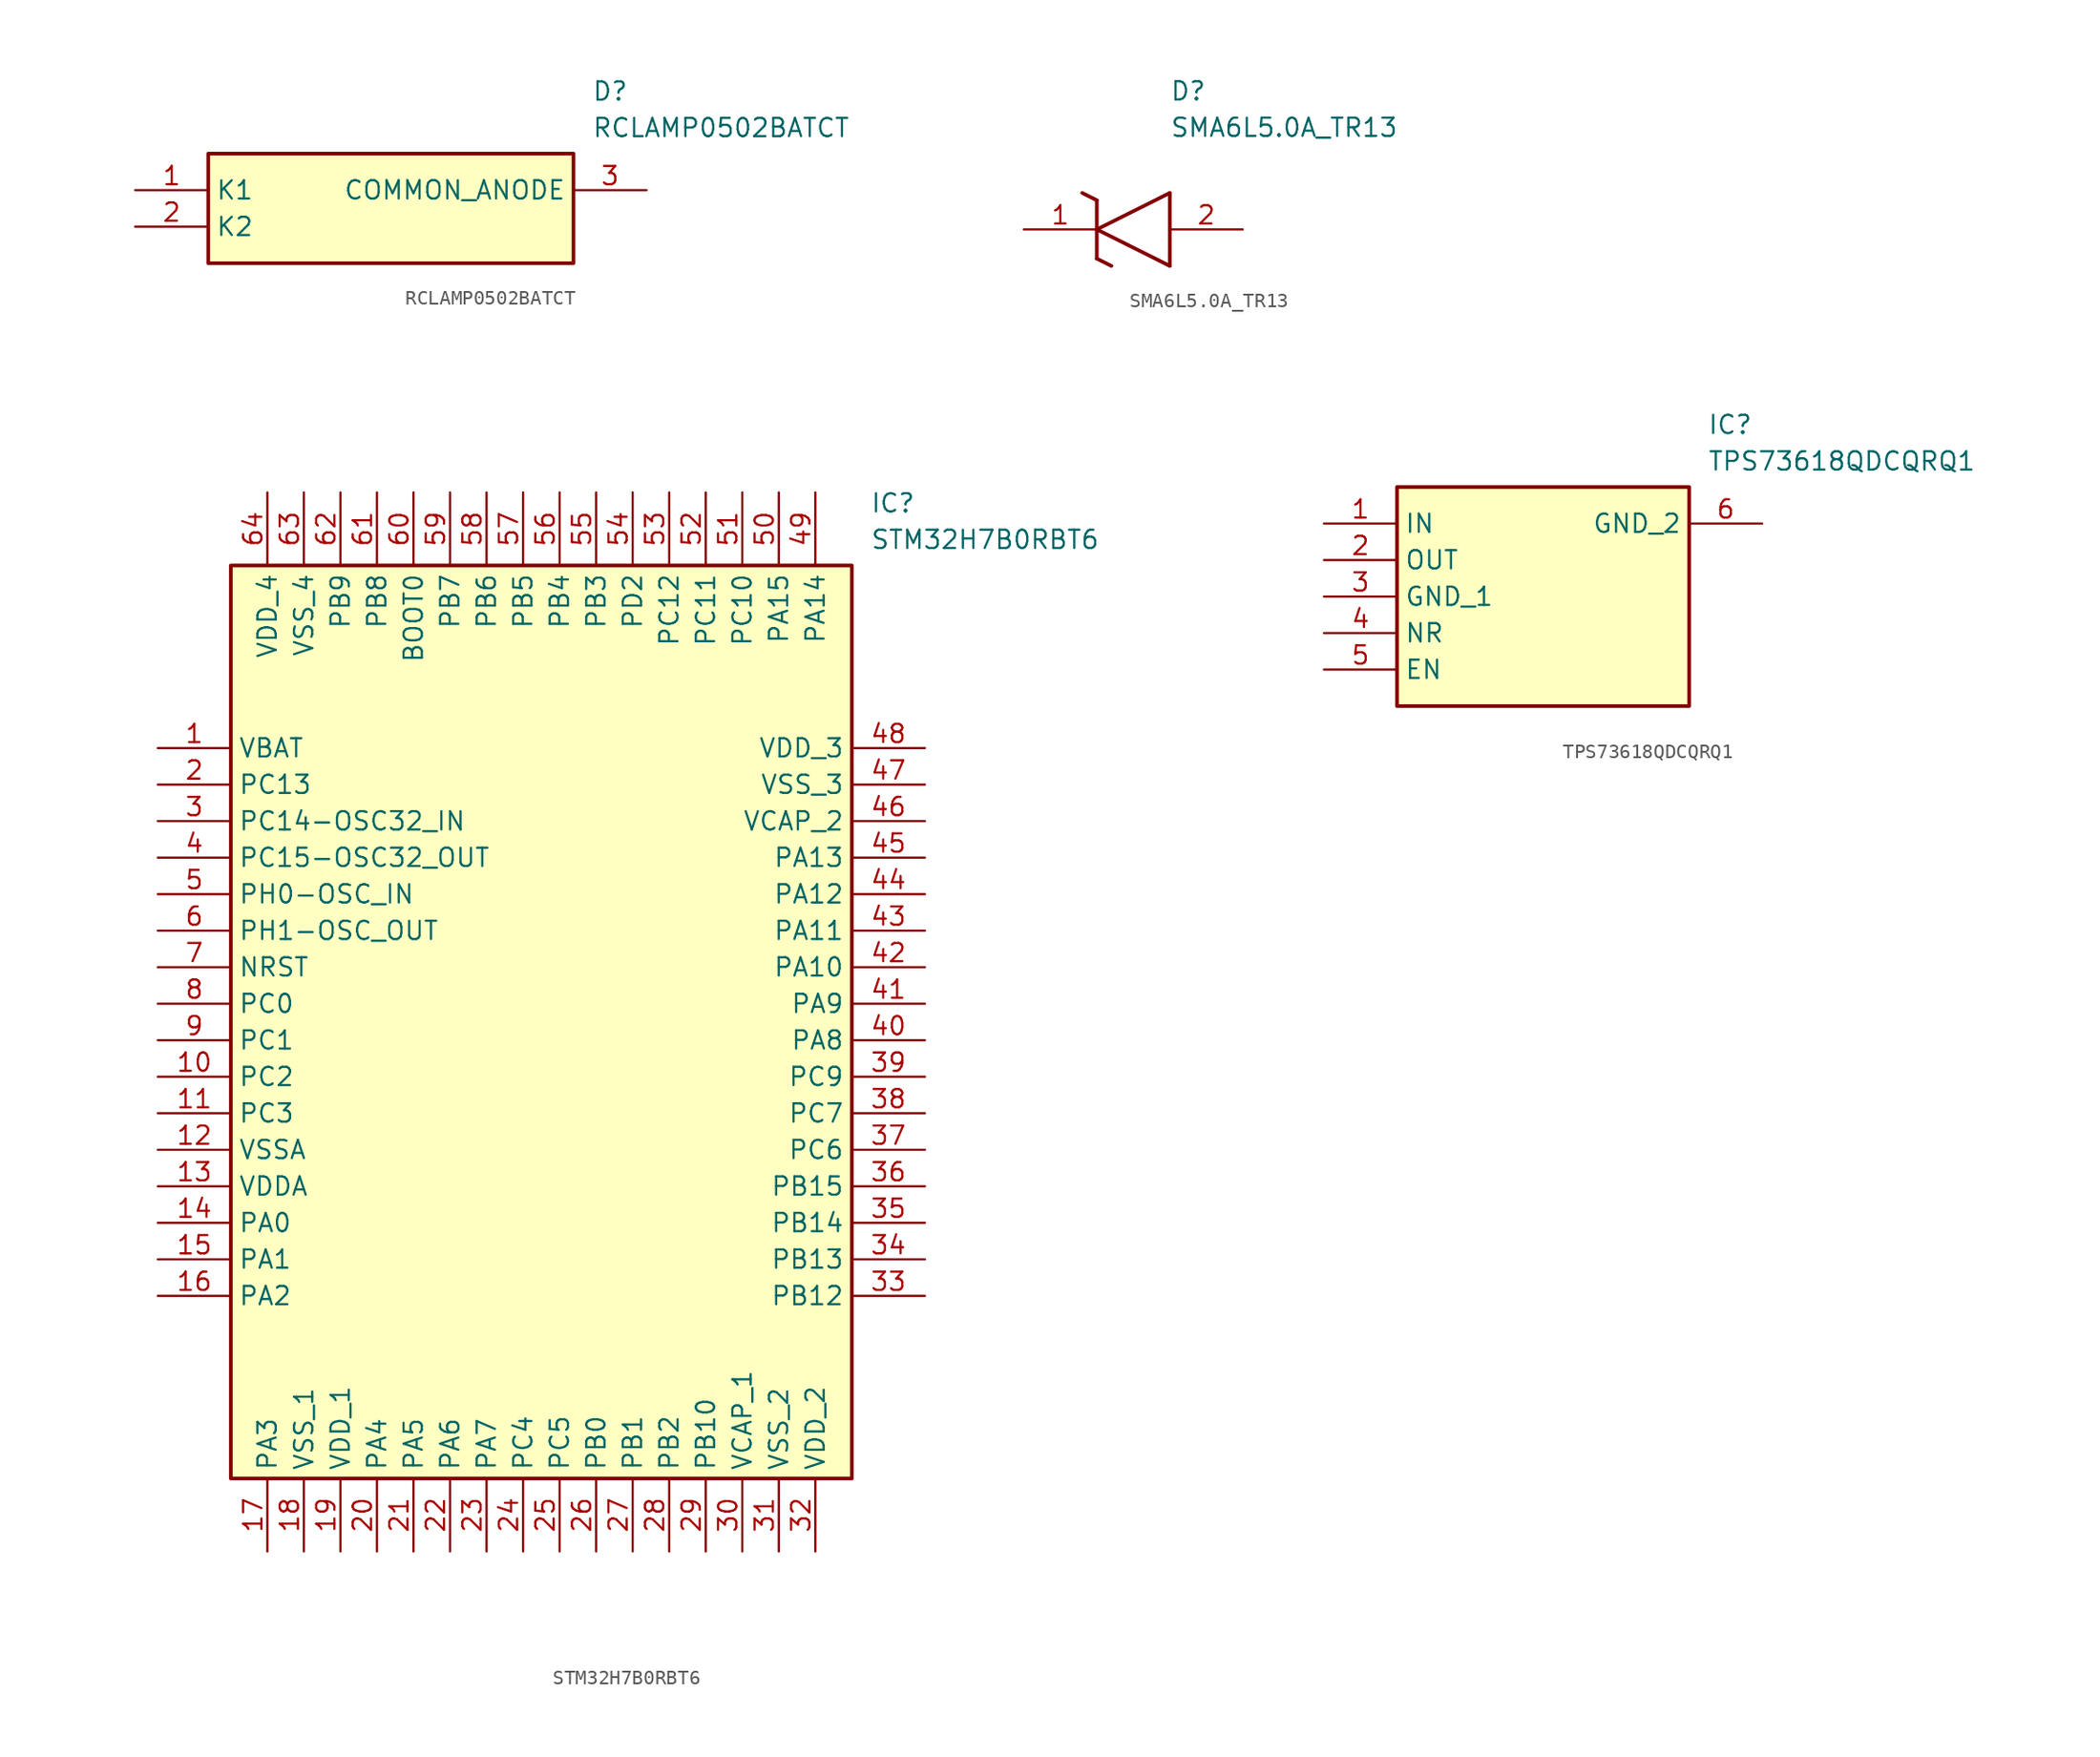
<source format=kicad_sym>
(kicad_symbol_lib
  (version 20231120)
  (generator "kicad_symbol_editor")
  (generator_version "8.0")
  (symbol "RCLAMP0502BATCT"
    (property "Reference" "D"
      (at 31.75 7.62 0)
      (effects (font (size 1.27 1.27)) (justify left top)))
    (property "Value" "RCLAMP0502BATCT"
      (at 31.75 5.08 0)
      (effects (font (size 1.27 1.27)) (justify left top)))
    (symbol "RCLAMP0502BATCT_1_1"
      (rectangle (start 5.08 2.54) (end 30.48 -5.08) (stroke (width 0.254) (type default)) (fill (type background)))
      (pin passive line (at 0 0 0) (length 5.08) (name "K1" (effects (font (size 1.27 1.27)))) (number "1" (effects (font (size 1.27 1.27)))))
      (pin passive line (at 0 -2.54 0) (length 5.08) (name "K2" (effects (font (size 1.27 1.27)))) (number "2" (effects (font (size 1.27 1.27)))))
      (pin passive line (at 35.56 0 180) (length 5.08) (name "COMMON_ANODE" (effects (font (size 1.27 1.27)))) (number "3" (effects (font (size 1.27 1.27)))))))
  (symbol "SMA6L5.0A_TR13"
    (pin_names hide)
    (property "Reference" "D"
      (at 10.16 8.89 0)
      (effects (font (size 1.27 1.27)) (justify left bottom)))
    (property "Value" "SMA6L5.0A_TR13"
      (at 10.16 6.35 0)
      (effects (font (size 1.27 1.27)) (justify left bottom)))
    (symbol "SMA6L5.0A_TR13_1_1"
      (polyline (pts (xy 4.064 2.54) (xy 5.08 2.032)) (stroke (width 0.254) (type default)) (fill (type none)))
      (polyline (pts (xy 5.08 -2.032) (xy 5.08 2.032)) (stroke (width 0.254) (type default)) (fill (type none)))
      (polyline (pts (xy 5.08 -2.032) (xy 6.096 -2.54)) (stroke (width 0.254) (type default)) (fill (type none)))
      (polyline (pts (xy 5.08 0) (xy 10.16 2.54)) (stroke (width 0.254) (type default)) (fill (type none)))
      (polyline (pts (xy 10.16 -2.54) (xy 5.08 0)) (stroke (width 0.254) (type default)) (fill (type none)))
      (polyline (pts (xy 10.16 -2.54) (xy 10.16 2.54)) (stroke (width 0.254) (type default)) (fill (type none)))
      (pin passive line (at 0 0 0) (length 5.08) (name "K" (effects (font (size 1.27 1.27)))) (number "1" (effects (font (size 1.27 1.27)))))
      (pin passive line (at 15.24 0 180) (length 5.08) (name "A" (effects (font (size 1.27 1.27)))) (number "2" (effects (font (size 1.27 1.27)))))))
  (symbol "STM32H7B0RBT6"
    (property "Reference" "IC"
      (at 49.53 17.78 0)
      (effects (font (size 1.27 1.27)) (justify left top)))
    (property "Value" "STM32H7B0RBT6"
      (at 49.53 15.24 0)
      (effects (font (size 1.27 1.27)) (justify left top)))
    (symbol "STM32H7B0RBT6_1_1"
      (rectangle (start 5.08 12.7) (end 48.26 -50.8) (stroke (width 0.254) (type default)) (fill (type background)))
      (pin passive line (at 0 0 0) (length 5.08) (name "VBAT" (effects (font (size 1.27 1.27)))) (number "1" (effects (font (size 1.27 1.27)))))
      (pin passive line (at 0 -22.86 0) (length 5.08) (name "PC2" (effects (font (size 1.27 1.27)))) (number "10" (effects (font (size 1.27 1.27)))))
      (pin passive line (at 0 -25.4 0) (length 5.08) (name "PC3" (effects (font (size 1.27 1.27)))) (number "11" (effects (font (size 1.27 1.27)))))
      (pin passive line (at 0 -27.94 0) (length 5.08) (name "VSSA" (effects (font (size 1.27 1.27)))) (number "12" (effects (font (size 1.27 1.27)))))
      (pin passive line (at 0 -30.48 0) (length 5.08) (name "VDDA" (effects (font (size 1.27 1.27)))) (number "13" (effects (font (size 1.27 1.27)))))
      (pin passive line (at 0 -33.02 0) (length 5.08) (name "PA0" (effects (font (size 1.27 1.27)))) (number "14" (effects (font (size 1.27 1.27)))))
      (pin passive line (at 0 -35.56 0) (length 5.08) (name "PA1" (effects (font (size 1.27 1.27)))) (number "15" (effects (font (size 1.27 1.27)))))
      (pin passive line (at 0 -38.1 0) (length 5.08) (name "PA2" (effects (font (size 1.27 1.27)))) (number "16" (effects (font (size 1.27 1.27)))))
      (pin passive line (at 7.62 -55.88 90) (length 5.08) (name "PA3" (effects (font (size 1.27 1.27)))) (number "17" (effects (font (size 1.27 1.27)))))
      (pin passive line (at 10.16 -55.88 90) (length 5.08) (name "VSS_1" (effects (font (size 1.27 1.27)))) (number "18" (effects (font (size 1.27 1.27)))))
      (pin passive line (at 12.7 -55.88 90) (length 5.08) (name "VDD_1" (effects (font (size 1.27 1.27)))) (number "19" (effects (font (size 1.27 1.27)))))
      (pin passive line (at 0 -2.54 0) (length 5.08) (name "PC13" (effects (font (size 1.27 1.27)))) (number "2" (effects (font (size 1.27 1.27)))))
      (pin passive line (at 15.24 -55.88 90) (length 5.08) (name "PA4" (effects (font (size 1.27 1.27)))) (number "20" (effects (font (size 1.27 1.27)))))
      (pin passive line (at 17.78 -55.88 90) (length 5.08) (name "PA5" (effects (font (size 1.27 1.27)))) (number "21" (effects (font (size 1.27 1.27)))))
      (pin passive line (at 20.32 -55.88 90) (length 5.08) (name "PA6" (effects (font (size 1.27 1.27)))) (number "22" (effects (font (size 1.27 1.27)))))
      (pin passive line (at 22.86 -55.88 90) (length 5.08) (name "PA7" (effects (font (size 1.27 1.27)))) (number "23" (effects (font (size 1.27 1.27)))))
      (pin passive line (at 25.4 -55.88 90) (length 5.08) (name "PC4" (effects (font (size 1.27 1.27)))) (number "24" (effects (font (size 1.27 1.27)))))
      (pin passive line (at 27.94 -55.88 90) (length 5.08) (name "PC5" (effects (font (size 1.27 1.27)))) (number "25" (effects (font (size 1.27 1.27)))))
      (pin passive line (at 30.48 -55.88 90) (length 5.08) (name "PB0" (effects (font (size 1.27 1.27)))) (number "26" (effects (font (size 1.27 1.27)))))
      (pin passive line (at 33.02 -55.88 90) (length 5.08) (name "PB1" (effects (font (size 1.27 1.27)))) (number "27" (effects (font (size 1.27 1.27)))))
      (pin passive line (at 35.56 -55.88 90) (length 5.08) (name "PB2" (effects (font (size 1.27 1.27)))) (number "28" (effects (font (size 1.27 1.27)))))
      (pin passive line (at 38.1 -55.88 90) (length 5.08) (name "PB10" (effects (font (size 1.27 1.27)))) (number "29" (effects (font (size 1.27 1.27)))))
      (pin passive line (at 0 -5.08 0) (length 5.08) (name "PC14-OSC32_IN" (effects (font (size 1.27 1.27)))) (number "3" (effects (font (size 1.27 1.27)))))
      (pin passive line (at 40.64 -55.88 90) (length 5.08) (name "VCAP_1" (effects (font (size 1.27 1.27)))) (number "30" (effects (font (size 1.27 1.27)))))
      (pin passive line (at 43.18 -55.88 90) (length 5.08) (name "VSS_2" (effects (font (size 1.27 1.27)))) (number "31" (effects (font (size 1.27 1.27)))))
      (pin passive line (at 45.72 -55.88 90) (length 5.08) (name "VDD_2" (effects (font (size 1.27 1.27)))) (number "32" (effects (font (size 1.27 1.27)))))
      (pin passive line (at 53.34 -38.1 180) (length 5.08) (name "PB12" (effects (font (size 1.27 1.27)))) (number "33" (effects (font (size 1.27 1.27)))))
      (pin passive line (at 53.34 -35.56 180) (length 5.08) (name "PB13" (effects (font (size 1.27 1.27)))) (number "34" (effects (font (size 1.27 1.27)))))
      (pin passive line (at 53.34 -33.02 180) (length 5.08) (name "PB14" (effects (font (size 1.27 1.27)))) (number "35" (effects (font (size 1.27 1.27)))))
      (pin passive line (at 53.34 -30.48 180) (length 5.08) (name "PB15" (effects (font (size 1.27 1.27)))) (number "36" (effects (font (size 1.27 1.27)))))
      (pin passive line (at 53.34 -27.94 180) (length 5.08) (name "PC6" (effects (font (size 1.27 1.27)))) (number "37" (effects (font (size 1.27 1.27)))))
      (pin passive line (at 53.34 -25.4 180) (length 5.08) (name "PC7" (effects (font (size 1.27 1.27)))) (number "38" (effects (font (size 1.27 1.27)))))
      (pin passive line (at 53.34 -22.86 180) (length 5.08) (name "PC9" (effects (font (size 1.27 1.27)))) (number "39" (effects (font (size 1.27 1.27)))))
      (pin passive line (at 0 -7.62 0) (length 5.08) (name "PC15-OSC32_OUT" (effects (font (size 1.27 1.27)))) (number "4" (effects (font (size 1.27 1.27)))))
      (pin passive line (at 53.34 -20.32 180) (length 5.08) (name "PA8" (effects (font (size 1.27 1.27)))) (number "40" (effects (font (size 1.27 1.27)))))
      (pin passive line (at 53.34 -17.78 180) (length 5.08) (name "PA9" (effects (font (size 1.27 1.27)))) (number "41" (effects (font (size 1.27 1.27)))))
      (pin passive line (at 53.34 -15.24 180) (length 5.08) (name "PA10" (effects (font (size 1.27 1.27)))) (number "42" (effects (font (size 1.27 1.27)))))
      (pin passive line (at 53.34 -12.7 180) (length 5.08) (name "PA11" (effects (font (size 1.27 1.27)))) (number "43" (effects (font (size 1.27 1.27)))))
      (pin passive line (at 53.34 -10.16 180) (length 5.08) (name "PA12" (effects (font (size 1.27 1.27)))) (number "44" (effects (font (size 1.27 1.27)))))
      (pin passive line (at 53.34 -7.62 180) (length 5.08) (name "PA13" (effects (font (size 1.27 1.27)))) (number "45" (effects (font (size 1.27 1.27)))))
      (pin passive line (at 53.34 -5.08 180) (length 5.08) (name "VCAP_2" (effects (font (size 1.27 1.27)))) (number "46" (effects (font (size 1.27 1.27)))))
      (pin passive line (at 53.34 -2.54 180) (length 5.08) (name "VSS_3" (effects (font (size 1.27 1.27)))) (number "47" (effects (font (size 1.27 1.27)))))
      (pin passive line (at 53.34 0 180) (length 5.08) (name "VDD_3" (effects (font (size 1.27 1.27)))) (number "48" (effects (font (size 1.27 1.27)))))
      (pin passive line (at 45.72 17.78 270) (length 5.08) (name "PA14" (effects (font (size 1.27 1.27)))) (number "49" (effects (font (size 1.27 1.27)))))
      (pin passive line (at 0 -10.16 0) (length 5.08) (name "PH0-OSC_IN" (effects (font (size 1.27 1.27)))) (number "5" (effects (font (size 1.27 1.27)))))
      (pin passive line (at 43.18 17.78 270) (length 5.08) (name "PA15" (effects (font (size 1.27 1.27)))) (number "50" (effects (font (size 1.27 1.27)))))
      (pin passive line (at 40.64 17.78 270) (length 5.08) (name "PC10" (effects (font (size 1.27 1.27)))) (number "51" (effects (font (size 1.27 1.27)))))
      (pin passive line (at 38.1 17.78 270) (length 5.08) (name "PC11" (effects (font (size 1.27 1.27)))) (number "52" (effects (font (size 1.27 1.27)))))
      (pin passive line (at 35.56 17.78 270) (length 5.08) (name "PC12" (effects (font (size 1.27 1.27)))) (number "53" (effects (font (size 1.27 1.27)))))
      (pin passive line (at 33.02 17.78 270) (length 5.08) (name "PD2" (effects (font (size 1.27 1.27)))) (number "54" (effects (font (size 1.27 1.27)))))
      (pin passive line (at 30.48 17.78 270) (length 5.08) (name "PB3" (effects (font (size 1.27 1.27)))) (number "55" (effects (font (size 1.27 1.27)))))
      (pin passive line (at 27.94 17.78 270) (length 5.08) (name "PB4" (effects (font (size 1.27 1.27)))) (number "56" (effects (font (size 1.27 1.27)))))
      (pin passive line (at 25.4 17.78 270) (length 5.08) (name "PB5" (effects (font (size 1.27 1.27)))) (number "57" (effects (font (size 1.27 1.27)))))
      (pin passive line (at 22.86 17.78 270) (length 5.08) (name "PB6" (effects (font (size 1.27 1.27)))) (number "58" (effects (font (size 1.27 1.27)))))
      (pin passive line (at 20.32 17.78 270) (length 5.08) (name "PB7" (effects (font (size 1.27 1.27)))) (number "59" (effects (font (size 1.27 1.27)))))
      (pin passive line (at 0 -12.7 0) (length 5.08) (name "PH1-OSC_OUT" (effects (font (size 1.27 1.27)))) (number "6" (effects (font (size 1.27 1.27)))))
      (pin passive line (at 17.78 17.78 270) (length 5.08) (name "BOOT0" (effects (font (size 1.27 1.27)))) (number "60" (effects (font (size 1.27 1.27)))))
      (pin passive line (at 15.24 17.78 270) (length 5.08) (name "PB8" (effects (font (size 1.27 1.27)))) (number "61" (effects (font (size 1.27 1.27)))))
      (pin passive line (at 12.7 17.78 270) (length 5.08) (name "PB9" (effects (font (size 1.27 1.27)))) (number "62" (effects (font (size 1.27 1.27)))))
      (pin passive line (at 10.16 17.78 270) (length 5.08) (name "VSS_4" (effects (font (size 1.27 1.27)))) (number "63" (effects (font (size 1.27 1.27)))))
      (pin passive line (at 7.62 17.78 270) (length 5.08) (name "VDD_4" (effects (font (size 1.27 1.27)))) (number "64" (effects (font (size 1.27 1.27)))))
      (pin passive line (at 0 -15.24 0) (length 5.08) (name "NRST" (effects (font (size 1.27 1.27)))) (number "7" (effects (font (size 1.27 1.27)))))
      (pin passive line (at 0 -17.78 0) (length 5.08) (name "PC0" (effects (font (size 1.27 1.27)))) (number "8" (effects (font (size 1.27 1.27)))))
      (pin passive line (at 0 -20.32 0) (length 5.08) (name "PC1" (effects (font (size 1.27 1.27)))) (number "9" (effects (font (size 1.27 1.27)))))))
  (symbol "TPS73618QDCQRQ1"
    (property "Reference" "IC"
      (at 26.67 7.62 0)
      (effects (font (size 1.27 1.27)) (justify left top)))
    (property "Value" "TPS73618QDCQRQ1"
      (at 26.67 5.08 0)
      (effects (font (size 1.27 1.27)) (justify left top)))
    (symbol "TPS73618QDCQRQ1_1_1"
      (rectangle (start 5.08 2.54) (end 25.4 -12.7) (stroke (width 0.254) (type default)) (fill (type background)))
      (pin passive line (at 0 0 0) (length 5.08) (name "IN" (effects (font (size 1.27 1.27)))) (number "1" (effects (font (size 1.27 1.27)))))
      (pin passive line (at 0 -2.54 0) (length 5.08) (name "OUT" (effects (font (size 1.27 1.27)))) (number "2" (effects (font (size 1.27 1.27)))))
      (pin passive line (at 0 -5.08 0) (length 5.08) (name "GND_1" (effects (font (size 1.27 1.27)))) (number "3" (effects (font (size 1.27 1.27)))))
      (pin passive line (at 0 -7.62 0) (length 5.08) (name "NR" (effects (font (size 1.27 1.27)))) (number "4" (effects (font (size 1.27 1.27)))))
      (pin passive line (at 0 -10.16 0) (length 5.08) (name "EN" (effects (font (size 1.27 1.27)))) (number "5" (effects (font (size 1.27 1.27)))))
      (pin passive line (at 30.48 0 180) (length 5.08) (name "GND_2" (effects (font (size 1.27 1.27)))) (number "6" (effects (font (size 1.27 1.27))))))))
</source>
